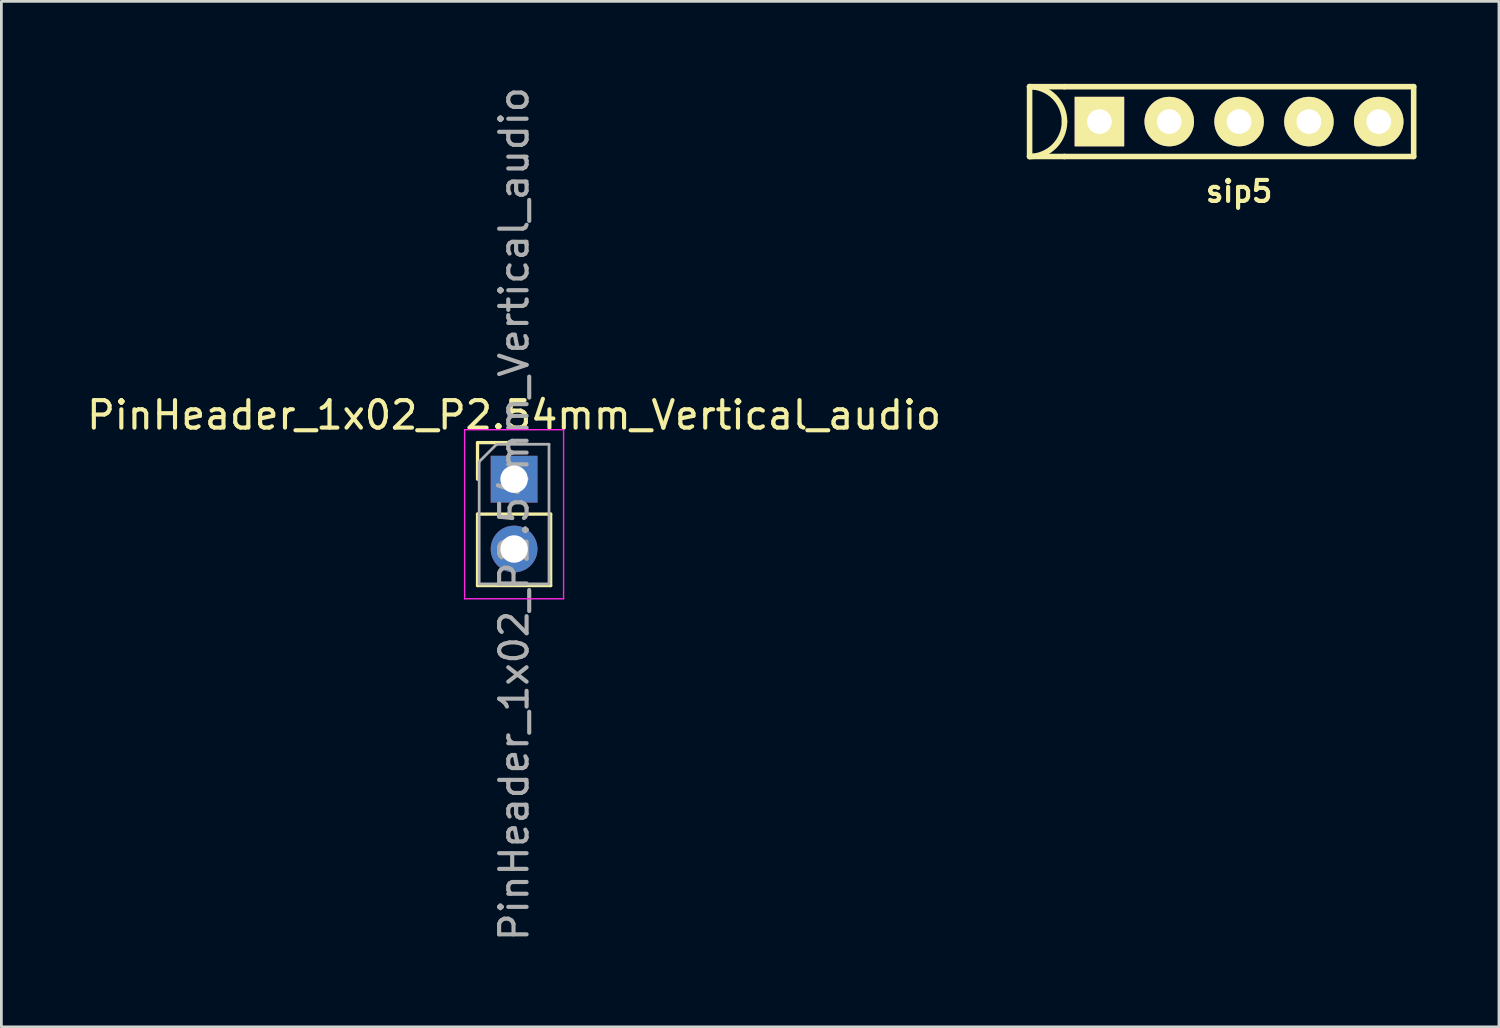
<source format=kicad_pcb>
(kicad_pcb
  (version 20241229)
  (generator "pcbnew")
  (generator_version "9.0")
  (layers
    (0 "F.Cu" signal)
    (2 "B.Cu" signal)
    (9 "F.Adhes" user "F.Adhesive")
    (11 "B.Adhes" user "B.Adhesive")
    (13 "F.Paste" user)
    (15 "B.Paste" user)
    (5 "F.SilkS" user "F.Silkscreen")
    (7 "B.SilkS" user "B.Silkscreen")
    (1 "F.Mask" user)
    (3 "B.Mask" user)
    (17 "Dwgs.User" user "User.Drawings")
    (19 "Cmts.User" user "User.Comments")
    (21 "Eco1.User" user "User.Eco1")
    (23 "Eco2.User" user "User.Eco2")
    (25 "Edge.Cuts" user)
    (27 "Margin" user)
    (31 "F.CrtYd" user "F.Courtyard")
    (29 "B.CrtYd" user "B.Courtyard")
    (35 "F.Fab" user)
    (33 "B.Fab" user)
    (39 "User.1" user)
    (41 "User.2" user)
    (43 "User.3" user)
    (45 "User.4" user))
  (footprint "sip5"
    (layer "F.Cu")
    (at 42.019 1.372)
    (property "Reference" "sip5" (at 0 2.54 0) (layer "F.SilkS") (effects (font (size 0.762 0.762) (thickness 0.152))))
    (attr through_hole)
    (fp_line (start -7.62 -1.27) (end -7.62 1.27) (stroke (width 0.203) (type solid)) (layer "F.SilkS"))
    (fp_line (start -6.35 -1.27) (end -7.62 -1.27) (stroke (width 0.203) (type solid)) (layer "F.SilkS"))
    (fp_line (start -6.35 -1.27) (end 6.35 -1.27) (stroke (width 0.203) (type solid)) (layer "F.SilkS"))
    (fp_line (start -6.35 1.27) (end -7.62 1.27) (stroke (width 0.203) (type solid)) (layer "F.SilkS"))
    (fp_line (start 6.35 -1.27) (end 6.35 1.27) (stroke (width 0.203) (type solid)) (layer "F.SilkS"))
    (fp_line (start 6.35 1.27) (end -6.35 1.27) (stroke (width 0.203) (type solid)) (layer "F.SilkS"))
    (fp_arc (start -7.62 -1.27) (mid -6.721974 -0.898026) (end -6.35 0) (stroke (width 0.2032) (type solid)) (layer "F.SilkS"))
    (fp_arc (start -6.35 0) (mid -6.721974 0.898026) (end -7.62 1.27) (stroke (width 0.2032) (type solid)) (layer "F.SilkS"))
    (pad "1" thru_hole rect (at -5.08 0) (size 1.8 1.8) (drill 0.9) (layers "*.Cu" "*.Mask" "F.SilkS"))
    (pad "2" thru_hole circle (at -2.54 0) (size 1.8 1.8) (drill 0.9) (layers "*.Cu" "*.Mask" "F.SilkS"))
    (pad "3" thru_hole circle (at 0 0) (size 1.8 1.8) (drill 0.9) (layers "*.Cu" "*.Mask" "F.SilkS"))
    (pad "4" thru_hole circle (at 2.54 0) (size 1.8 1.8) (drill 0.9) (layers "*.Cu" "*.Mask" "F.SilkS"))
    (pad "5" thru_hole circle (at 5.08 0) (size 1.8 1.8) (drill 0.9) (layers "*.Cu" "*.Mask" "F.SilkS")))
  (footprint "PinHeader_1x02_P2.54mm_Vertical_audio"
    (layer "F.Cu")
    (at 15.649 14.379)
    (property "Reference" "PinHeader_1x02_P2.54mm_Vertical_audio" (at 0 -2.33 0) (layer "F.SilkS") (effects (font (size 1 1) (thickness 0.15))))
    (attr through_hole)
    (fp_line (start -1.33 -1.33) (end 0 -1.33) (stroke (width 0.12) (type solid)) (layer "F.SilkS"))
    (fp_line (start -1.33 0) (end -1.33 -1.33) (stroke (width 0.12) (type solid)) (layer "F.SilkS"))
    (fp_line (start -1.33 1.27) (end -1.33 3.87) (stroke (width 0.12) (type solid)) (layer "F.SilkS"))
    (fp_line (start -1.33 1.27) (end 1.33 1.27) (stroke (width 0.12) (type solid)) (layer "F.SilkS"))
    (fp_line (start -1.33 3.87) (end 1.33 3.87) (stroke (width 0.12) (type solid)) (layer "F.SilkS"))
    (fp_line (start 1.33 1.27) (end 1.33 3.87) (stroke (width 0.12) (type solid)) (layer "F.SilkS"))
    (fp_line (start -1.8 -1.8) (end -1.8 4.35) (stroke (width 0.05) (type solid)) (layer "F.CrtYd"))
    (fp_line (start -1.8 4.35) (end 1.8 4.35) (stroke (width 0.05) (type solid)) (layer "F.CrtYd"))
    (fp_line (start 1.8 -1.8) (end -1.8 -1.8) (stroke (width 0.05) (type solid)) (layer "F.CrtYd"))
    (fp_line (start 1.8 4.35) (end 1.8 -1.8) (stroke (width 0.05) (type solid)) (layer "F.CrtYd"))
    (fp_line (start -1.27 -0.635) (end -0.635 -1.27) (stroke (width 0.1) (type solid)) (layer "F.Fab"))
    (fp_line (start -1.27 3.81) (end -1.27 -0.635) (stroke (width 0.1) (type solid)) (layer "F.Fab"))
    (fp_line (start -0.635 -1.27) (end 1.27 -1.27) (stroke (width 0.1) (type solid)) (layer "F.Fab"))
    (fp_line (start 1.27 -1.27) (end 1.27 3.81) (stroke (width 0.1) (type solid)) (layer "F.Fab"))
    (fp_line (start 1.27 3.81) (end -1.27 3.81) (stroke (width 0.1) (type solid)) (layer "F.Fab"))
    (fp_text user "${REFERENCE}" (at 0 1.27 90) (layer "F.Fab") (effects (font (size 1 1) (thickness 0.15))))
    (pad "S" thru_hole oval (at 0 2.54) (size 1.7 1.7) (drill 1) (layers "*.Cu" "*.Mask"))
    (pad "T" thru_hole rect (at 0 0) (size 1.7 1.7) (drill 1) (layers "*.Cu" "*.Mask")))
  (gr_rect
    (start -3 -3)
    (end 51.471 34.298)
    (stroke (width 0.1) (type default))
    (fill no)
    (layer "Edge.Cuts")))
</source>
